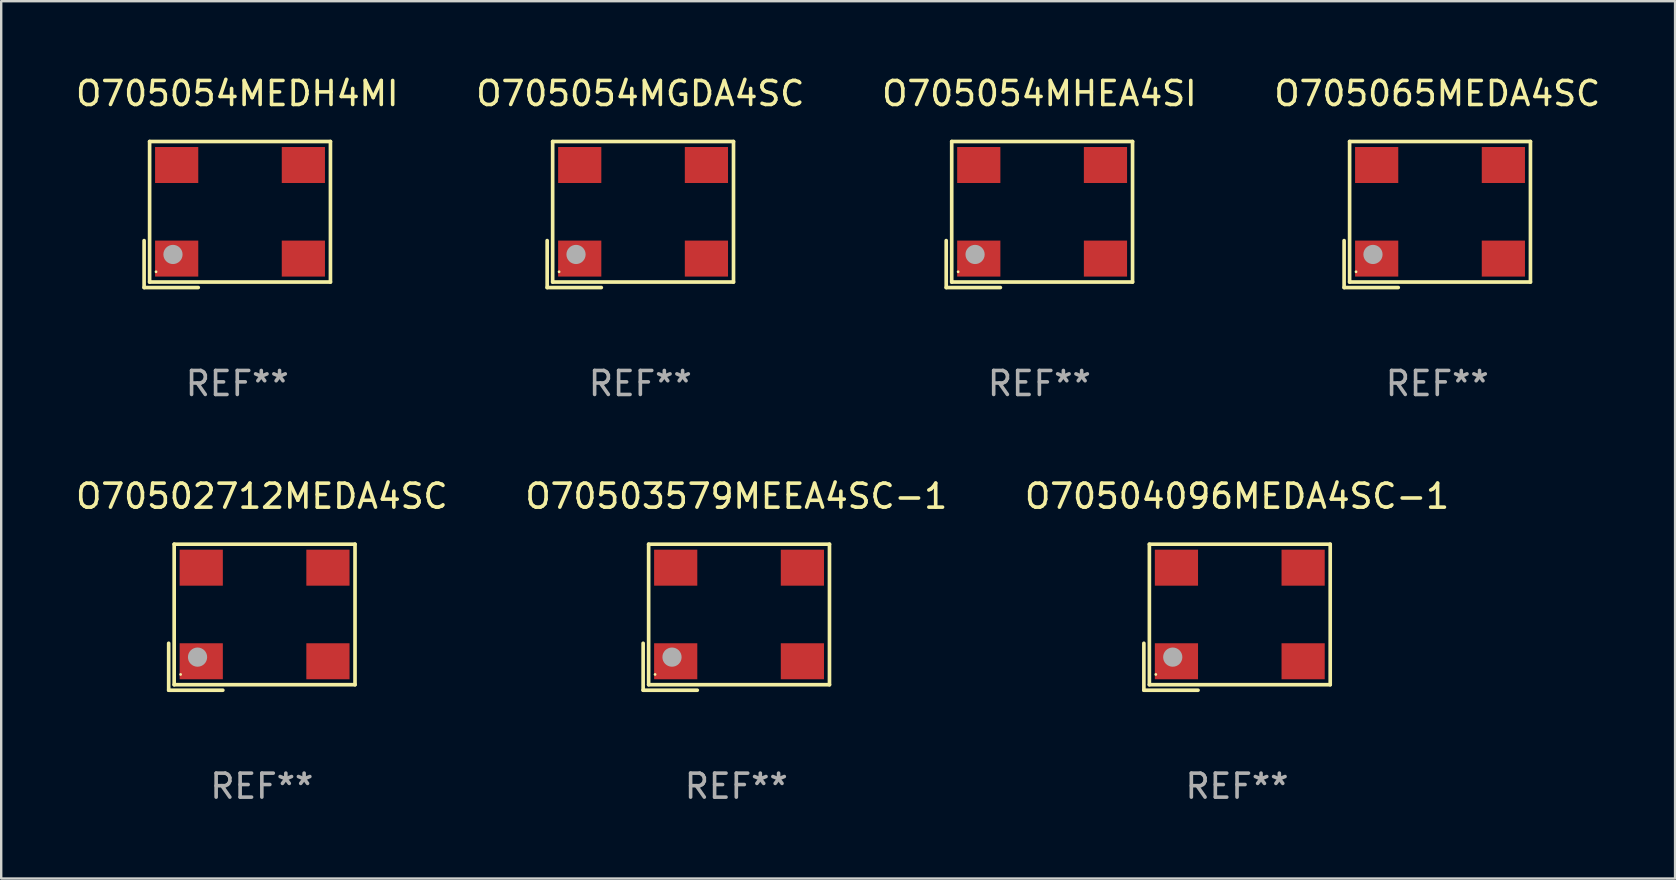
<source format=kicad_pcb>
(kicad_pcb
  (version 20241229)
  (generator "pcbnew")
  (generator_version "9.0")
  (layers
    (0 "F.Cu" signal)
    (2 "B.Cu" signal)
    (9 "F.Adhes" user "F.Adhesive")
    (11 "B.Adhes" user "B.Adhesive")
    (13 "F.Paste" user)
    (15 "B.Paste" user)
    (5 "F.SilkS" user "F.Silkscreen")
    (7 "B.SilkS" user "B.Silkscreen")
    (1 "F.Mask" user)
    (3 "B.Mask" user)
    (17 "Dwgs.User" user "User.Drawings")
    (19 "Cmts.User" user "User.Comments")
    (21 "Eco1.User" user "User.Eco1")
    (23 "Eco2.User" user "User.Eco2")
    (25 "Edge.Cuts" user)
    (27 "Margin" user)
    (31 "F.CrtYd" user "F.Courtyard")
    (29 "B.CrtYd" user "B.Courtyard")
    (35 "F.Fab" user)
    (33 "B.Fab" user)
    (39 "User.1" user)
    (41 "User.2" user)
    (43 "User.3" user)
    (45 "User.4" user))
  (footprint "O705065MEDA4SC"
    (layer "F.Cu")
    (at 56.851 5.891)
    (property "Reference" "O705065MEDA4SC" (at 0 -5.043 0) (layer "F.SilkS") (effects (font (size 1 1) (thickness 0.15))))
    (attr through_hole)
    (fp_line (start -3.883 1.086) (end -3.883 3.043) (stroke (width 0.152) (type solid)) (layer "F.SilkS"))
    (fp_line (start -3.883 3.043) (end -1.626 3.043) (stroke (width 0.152) (type solid)) (layer "F.SilkS"))
    (fp_line (start -3.654 -3.043) (end 3.883 -3.043) (stroke (width 0.152) (type solid)) (layer "F.SilkS"))
    (fp_line (start -3.654 2.814) (end -3.654 -3.043) (stroke (width 0.152) (type solid)) (layer "F.SilkS"))
    (fp_line (start 3.883 -3.043) (end 3.883 2.814) (stroke (width 0.152) (type solid)) (layer "F.SilkS"))
    (fp_line (start 3.883 2.814) (end -3.654 2.814) (stroke (width 0.152) (type solid)) (layer "F.SilkS"))
    (fp_circle (center -3.386 2.386) (end -3.356 2.386) (stroke (width 0.06) (type solid)) (fill no) (layer "F.SilkS"))
    (fp_circle (center -2.68 1.664) (end -2.48 1.664) (stroke (width 0.4) (type solid)) (fill no) (layer "F.Fab"))
    (fp_text user "REF**" (at 0 7.043 0) (layer "F.Fab") (effects (font (size 1 1) (thickness 0.15))))
    (pad "1" smd rect (at -2.526 1.836) (size 1.8 1.5) (layers "F.Cu" "F.Mask" "F.Paste"))
    (pad "2" smd rect (at 2.754 1.836) (size 1.8 1.5) (layers "F.Cu" "F.Mask" "F.Paste"))
    (pad "3" smd rect (at 2.754 -2.064) (size 1.8 1.5) (layers "F.Cu" "F.Mask" "F.Paste"))
    (pad "4" smd rect (at -2.526 -2.064) (size 1.8 1.5) (layers "F.Cu" "F.Mask" "F.Paste")))
  (footprint "O705054MGDA4SC"
    (layer "F.Cu")
    (at 23.637 5.891)
    (property "Reference" "O705054MGDA4SC" (at 0 -5.043 0) (layer "F.SilkS") (effects (font (size 1 1) (thickness 0.15))))
    (attr through_hole)
    (fp_line (start -3.883 1.086) (end -3.883 3.043) (stroke (width 0.152) (type solid)) (layer "F.SilkS"))
    (fp_line (start -3.883 3.043) (end -1.626 3.043) (stroke (width 0.152) (type solid)) (layer "F.SilkS"))
    (fp_line (start -3.654 -3.043) (end 3.883 -3.043) (stroke (width 0.152) (type solid)) (layer "F.SilkS"))
    (fp_line (start -3.654 2.814) (end -3.654 -3.043) (stroke (width 0.152) (type solid)) (layer "F.SilkS"))
    (fp_line (start 3.883 -3.043) (end 3.883 2.814) (stroke (width 0.152) (type solid)) (layer "F.SilkS"))
    (fp_line (start 3.883 2.814) (end -3.654 2.814) (stroke (width 0.152) (type solid)) (layer "F.SilkS"))
    (fp_circle (center -3.386 2.386) (end -3.356 2.386) (stroke (width 0.06) (type solid)) (fill no) (layer "F.SilkS"))
    (fp_circle (center -2.68 1.664) (end -2.48 1.664) (stroke (width 0.4) (type solid)) (fill no) (layer "F.Fab"))
    (fp_text user "REF**" (at 0 7.043 0) (layer "F.Fab") (effects (font (size 1 1) (thickness 0.15))))
    (pad "1" smd rect (at -2.526 1.836) (size 1.8 1.5) (layers "F.Cu" "F.Mask" "F.Paste"))
    (pad "2" smd rect (at 2.754 1.836) (size 1.8 1.5) (layers "F.Cu" "F.Mask" "F.Paste"))
    (pad "3" smd rect (at 2.754 -2.064) (size 1.8 1.5) (layers "F.Cu" "F.Mask" "F.Paste"))
    (pad "4" smd rect (at -2.526 -2.064) (size 1.8 1.5) (layers "F.Cu" "F.Mask" "F.Paste")))
  (footprint "O705054MEDH4MI"
    (layer "F.Cu")
    (at 6.839 5.891)
    (property "Reference" "O705054MEDH4MI" (at 0 -5.043 0) (layer "F.SilkS") (effects (font (size 1 1) (thickness 0.15))))
    (attr through_hole)
    (fp_line (start -3.883 1.086) (end -3.883 3.043) (stroke (width 0.152) (type solid)) (layer "F.SilkS"))
    (fp_line (start -3.883 3.043) (end -1.626 3.043) (stroke (width 0.152) (type solid)) (layer "F.SilkS"))
    (fp_line (start -3.654 -3.043) (end 3.883 -3.043) (stroke (width 0.152) (type solid)) (layer "F.SilkS"))
    (fp_line (start -3.654 2.814) (end -3.654 -3.043) (stroke (width 0.152) (type solid)) (layer "F.SilkS"))
    (fp_line (start 3.883 -3.043) (end 3.883 2.814) (stroke (width 0.152) (type solid)) (layer "F.SilkS"))
    (fp_line (start 3.883 2.814) (end -3.654 2.814) (stroke (width 0.152) (type solid)) (layer "F.SilkS"))
    (fp_circle (center -3.386 2.386) (end -3.356 2.386) (stroke (width 0.06) (type solid)) (fill no) (layer "F.SilkS"))
    (fp_circle (center -2.68 1.664) (end -2.48 1.664) (stroke (width 0.4) (type solid)) (fill no) (layer "F.Fab"))
    (fp_text user "REF**" (at 0 7.043 0) (layer "F.Fab") (effects (font (size 1 1) (thickness 0.15))))
    (pad "1" smd rect (at -2.526 1.836) (size 1.8 1.5) (layers "F.Cu" "F.Mask" "F.Paste"))
    (pad "2" smd rect (at 2.754 1.836) (size 1.8 1.5) (layers "F.Cu" "F.Mask" "F.Paste"))
    (pad "3" smd rect (at 2.754 -2.064) (size 1.8 1.5) (layers "F.Cu" "F.Mask" "F.Paste"))
    (pad "4" smd rect (at -2.526 -2.064) (size 1.8 1.5) (layers "F.Cu" "F.Mask" "F.Paste")))
  (footprint "O70504096MEDA4SC-1"
    (layer "F.Cu")
    (at 48.506 22.673)
    (property "Reference" "O70504096MEDA4SC-1" (at 0 -5.043 0) (layer "F.SilkS") (effects (font (size 1 1) (thickness 0.15))))
    (attr through_hole)
    (fp_line (start -3.883 1.086) (end -3.883 3.043) (stroke (width 0.152) (type solid)) (layer "F.SilkS"))
    (fp_line (start -3.883 3.043) (end -1.626 3.043) (stroke (width 0.152) (type solid)) (layer "F.SilkS"))
    (fp_line (start -3.654 -3.043) (end 3.883 -3.043) (stroke (width 0.152) (type solid)) (layer "F.SilkS"))
    (fp_line (start -3.654 2.814) (end -3.654 -3.043) (stroke (width 0.152) (type solid)) (layer "F.SilkS"))
    (fp_line (start 3.883 -3.043) (end 3.883 2.814) (stroke (width 0.152) (type solid)) (layer "F.SilkS"))
    (fp_line (start 3.883 2.814) (end -3.654 2.814) (stroke (width 0.152) (type solid)) (layer "F.SilkS"))
    (fp_circle (center -3.386 2.386) (end -3.356 2.386) (stroke (width 0.06) (type solid)) (fill no) (layer "F.SilkS"))
    (fp_circle (center -2.68 1.664) (end -2.48 1.664) (stroke (width 0.4) (type solid)) (fill no) (layer "F.Fab"))
    (fp_text user "REF**" (at 0 7.043 0) (layer "F.Fab") (effects (font (size 1 1) (thickness 0.15))))
    (pad "1" smd rect (at -2.526 1.836) (size 1.8 1.5) (layers "F.Cu" "F.Mask" "F.Paste"))
    (pad "2" smd rect (at 2.754 1.836) (size 1.8 1.5) (layers "F.Cu" "F.Mask" "F.Paste"))
    (pad "3" smd rect (at 2.754 -2.064) (size 1.8 1.5) (layers "F.Cu" "F.Mask" "F.Paste"))
    (pad "4" smd rect (at -2.526 -2.064) (size 1.8 1.5) (layers "F.Cu" "F.Mask" "F.Paste")))
  (footprint "O705054MHEA4SI"
    (layer "F.Cu")
    (at 40.268 5.891)
    (property "Reference" "O705054MHEA4SI" (at 0 -5.043 0) (layer "F.SilkS") (effects (font (size 1 1) (thickness 0.15))))
    (attr through_hole)
    (fp_line (start -3.883 1.086) (end -3.883 3.043) (stroke (width 0.152) (type solid)) (layer "F.SilkS"))
    (fp_line (start -3.883 3.043) (end -1.626 3.043) (stroke (width 0.152) (type solid)) (layer "F.SilkS"))
    (fp_line (start -3.654 -3.043) (end 3.883 -3.043) (stroke (width 0.152) (type solid)) (layer "F.SilkS"))
    (fp_line (start -3.654 2.814) (end -3.654 -3.043) (stroke (width 0.152) (type solid)) (layer "F.SilkS"))
    (fp_line (start 3.883 -3.043) (end 3.883 2.814) (stroke (width 0.152) (type solid)) (layer "F.SilkS"))
    (fp_line (start 3.883 2.814) (end -3.654 2.814) (stroke (width 0.152) (type solid)) (layer "F.SilkS"))
    (fp_circle (center -3.386 2.386) (end -3.356 2.386) (stroke (width 0.06) (type solid)) (fill no) (layer "F.SilkS"))
    (fp_circle (center -2.68 1.664) (end -2.48 1.664) (stroke (width 0.4) (type solid)) (fill no) (layer "F.Fab"))
    (fp_text user "REF**" (at 0 7.043 0) (layer "F.Fab") (effects (font (size 1 1) (thickness 0.15))))
    (pad "1" smd rect (at -2.526 1.836) (size 1.8 1.5) (layers "F.Cu" "F.Mask" "F.Paste"))
    (pad "2" smd rect (at 2.754 1.836) (size 1.8 1.5) (layers "F.Cu" "F.Mask" "F.Paste"))
    (pad "3" smd rect (at 2.754 -2.064) (size 1.8 1.5) (layers "F.Cu" "F.Mask" "F.Paste"))
    (pad "4" smd rect (at -2.526 -2.064) (size 1.8 1.5) (layers "F.Cu" "F.Mask" "F.Paste")))
  (footprint "O70503579MEEA4SC-1"
    (layer "F.Cu")
    (at 27.637 22.673)
    (property "Reference" "O70503579MEEA4SC-1" (at 0 -5.043 0) (layer "F.SilkS") (effects (font (size 1 1) (thickness 0.15))))
    (attr through_hole)
    (fp_line (start -3.883 1.086) (end -3.883 3.043) (stroke (width 0.152) (type solid)) (layer "F.SilkS"))
    (fp_line (start -3.883 3.043) (end -1.626 3.043) (stroke (width 0.152) (type solid)) (layer "F.SilkS"))
    (fp_line (start -3.654 -3.043) (end 3.883 -3.043) (stroke (width 0.152) (type solid)) (layer "F.SilkS"))
    (fp_line (start -3.654 2.814) (end -3.654 -3.043) (stroke (width 0.152) (type solid)) (layer "F.SilkS"))
    (fp_line (start 3.883 -3.043) (end 3.883 2.814) (stroke (width 0.152) (type solid)) (layer "F.SilkS"))
    (fp_line (start 3.883 2.814) (end -3.654 2.814) (stroke (width 0.152) (type solid)) (layer "F.SilkS"))
    (fp_circle (center -3.386 2.386) (end -3.356 2.386) (stroke (width 0.06) (type solid)) (fill no) (layer "F.SilkS"))
    (fp_circle (center -2.68 1.664) (end -2.48 1.664) (stroke (width 0.4) (type solid)) (fill no) (layer "F.Fab"))
    (fp_text user "REF**" (at 0 7.043 0) (layer "F.Fab") (effects (font (size 1 1) (thickness 0.15))))
    (pad "1" smd rect (at -2.526 1.836) (size 1.8 1.5) (layers "F.Cu" "F.Mask" "F.Paste"))
    (pad "2" smd rect (at 2.754 1.836) (size 1.8 1.5) (layers "F.Cu" "F.Mask" "F.Paste"))
    (pad "3" smd rect (at 2.754 -2.064) (size 1.8 1.5) (layers "F.Cu" "F.Mask" "F.Paste"))
    (pad "4" smd rect (at -2.526 -2.064) (size 1.8 1.5) (layers "F.Cu" "F.Mask" "F.Paste")))
  (footprint "O70502712MEDA4SC"
    (layer "F.Cu")
    (at 7.863 22.673)
    (property "Reference" "O70502712MEDA4SC" (at 0 -5.043 0) (layer "F.SilkS") (effects (font (size 1 1) (thickness 0.15))))
    (attr through_hole)
    (fp_line (start -3.883 1.086) (end -3.883 3.043) (stroke (width 0.152) (type solid)) (layer "F.SilkS"))
    (fp_line (start -3.883 3.043) (end -1.626 3.043) (stroke (width 0.152) (type solid)) (layer "F.SilkS"))
    (fp_line (start -3.654 -3.043) (end 3.883 -3.043) (stroke (width 0.152) (type solid)) (layer "F.SilkS"))
    (fp_line (start -3.654 2.814) (end -3.654 -3.043) (stroke (width 0.152) (type solid)) (layer "F.SilkS"))
    (fp_line (start 3.883 -3.043) (end 3.883 2.814) (stroke (width 0.152) (type solid)) (layer "F.SilkS"))
    (fp_line (start 3.883 2.814) (end -3.654 2.814) (stroke (width 0.152) (type solid)) (layer "F.SilkS"))
    (fp_circle (center -3.386 2.386) (end -3.356 2.386) (stroke (width 0.06) (type solid)) (fill no) (layer "F.SilkS"))
    (fp_circle (center -2.68 1.664) (end -2.48 1.664) (stroke (width 0.4) (type solid)) (fill no) (layer "F.Fab"))
    (fp_text user "REF**" (at 0 7.043 0) (layer "F.Fab") (effects (font (size 1 1) (thickness 0.15))))
    (pad "1" smd rect (at -2.526 1.836) (size 1.8 1.5) (layers "F.Cu" "F.Mask" "F.Paste"))
    (pad "2" smd rect (at 2.754 1.836) (size 1.8 1.5) (layers "F.Cu" "F.Mask" "F.Paste"))
    (pad "3" smd rect (at 2.754 -2.064) (size 1.8 1.5) (layers "F.Cu" "F.Mask" "F.Paste"))
    (pad "4" smd rect (at -2.526 -2.064) (size 1.8 1.5) (layers "F.Cu" "F.Mask" "F.Paste")))
  (gr_rect
    (start -3 -3)
    (end 66.762 33.565)
    (stroke (width 0.1) (type default))
    (fill no)
    (layer "Edge.Cuts")))
</source>
